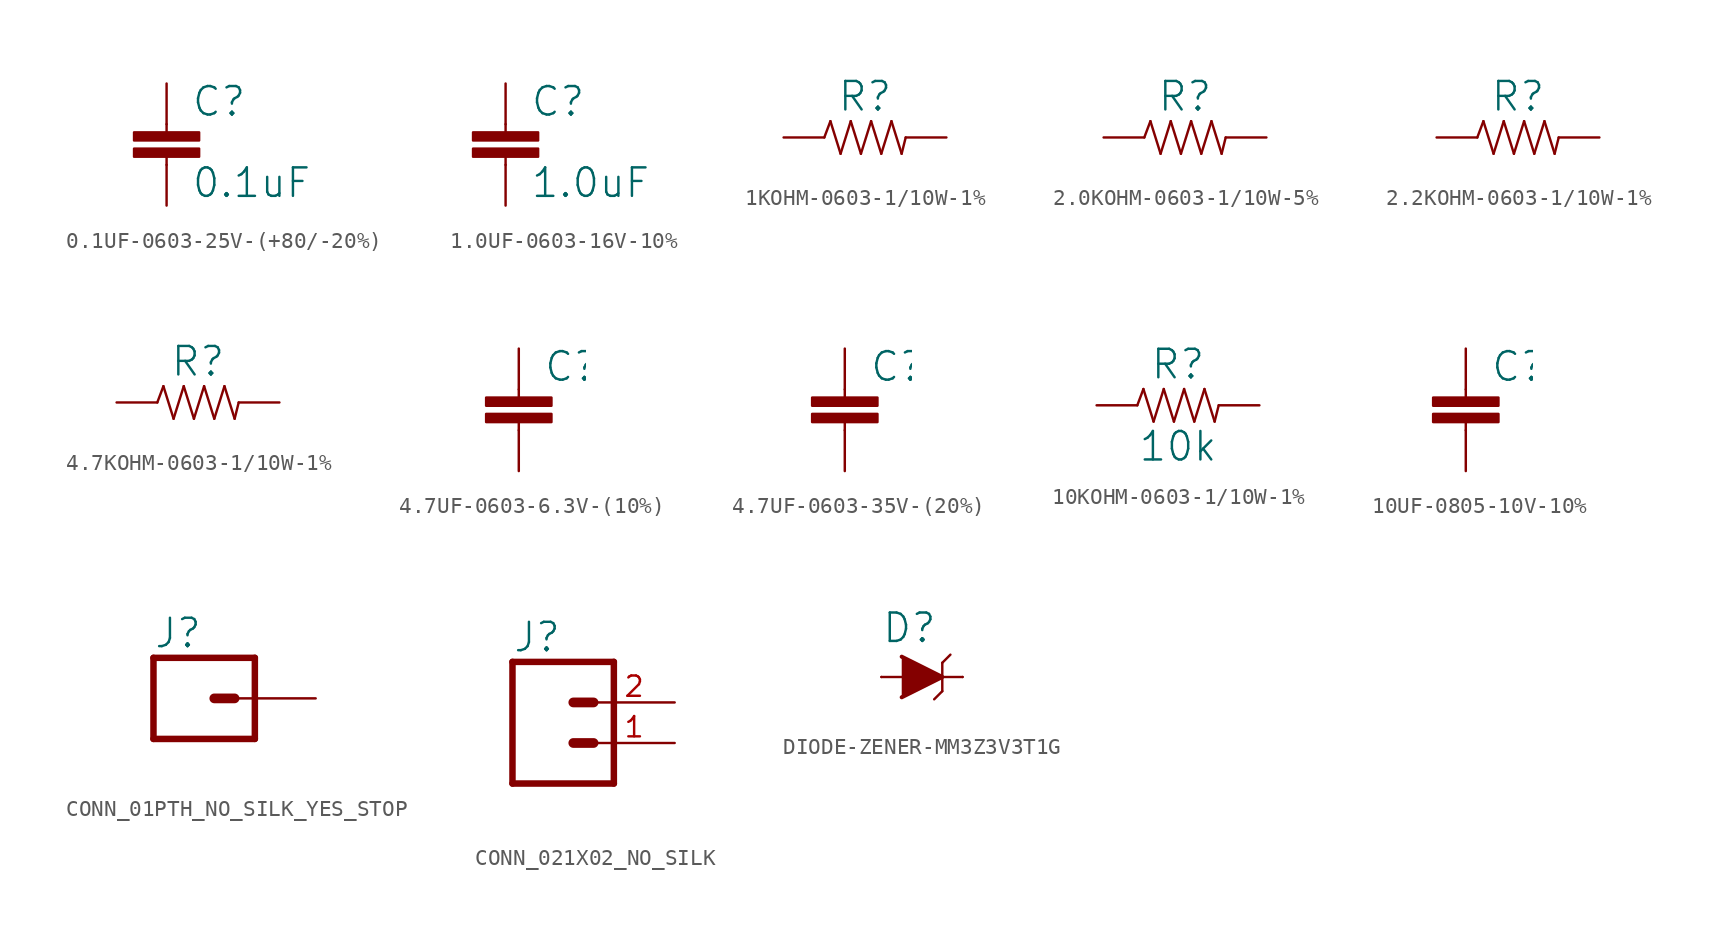
<source format=kicad_sym>
(kicad_symbol_lib
  (version 20241209)
  (generator "kicad_symbol_editor")
  (generator_version "9.0")
  (symbol "0.1UF-0603-25V-(+80/-20%)"
    (property "Reference" "C"
      (at 1.524 2.921 0)
      (effects (font (size 1.778 1.778)) (justify left bottom)))
    (property "Value" "0.1uF"
      (at 1.524 -2.159 0)
      (effects (font (size 1.778 1.778)) (justify left bottom)))
    (symbol "0.1UF-0603-25V-(+80/-20%)_1_0"
      (rectangle (start -2.032 1.524) (end 2.032 2.032) (stroke (width 0) (type default)) (fill (type outline)))
      (rectangle (start -2.032 0.508) (end 2.032 1.016) (stroke (width 0) (type default)) (fill (type outline)))
      (polyline (pts (xy 0 2.54) (xy 0 2.032)) (stroke (width 0.152) (type solid)) (fill (type none)))
      (polyline (pts (xy 0 0) (xy 0 0.508)) (stroke (width 0.152) (type solid)) (fill (type none)))
      (pin passive line (at 0 5.08 270) (length 2.54) (name "1" (effects (font (size 0 0)))) (number "1" (effects (font (size 0 0)))))
      (pin passive line (at 0 -2.54 90) (length 2.54) (name "2" (effects (font (size 0 0)))) (number "2" (effects (font (size 0 0)))))))
  (symbol "1.0UF-0603-16V-10%"
    (property "Reference" "C"
      (at 1.524 2.921 0)
      (effects (font (size 1.778 1.778)) (justify left bottom)))
    (property "Value" "1.0uF"
      (at 1.524 -2.159 0)
      (effects (font (size 1.778 1.778)) (justify left bottom)))
    (symbol "1.0UF-0603-16V-10%_1_0"
      (rectangle (start -2.032 1.524) (end 2.032 2.032) (stroke (width 0) (type default)) (fill (type outline)))
      (rectangle (start -2.032 0.508) (end 2.032 1.016) (stroke (width 0) (type default)) (fill (type outline)))
      (polyline (pts (xy 0 2.54) (xy 0 2.032)) (stroke (width 0.152) (type solid)) (fill (type none)))
      (polyline (pts (xy 0 0) (xy 0 0.508)) (stroke (width 0.152) (type solid)) (fill (type none)))
      (pin passive line (at 0 5.08 270) (length 2.54) (name "1" (effects (font (size 0 0)))) (number "1" (effects (font (size 0 0)))))
      (pin passive line (at 0 -2.54 90) (length 2.54) (name "2" (effects (font (size 0 0)))) (number "2" (effects (font (size 0 0)))))))
  (symbol "1KOHM-0603-1/10W-1%"
    (property "Reference" "R"
      (at 0 1.524 0)
      (effects (font (size 1.778 1.778)) (justify bottom)))
    (property "Value" ""
      (at 0 -1.524 0)
      (effects (font (size 1.778 1.778)) (justify top)))
    (symbol "1KOHM-0603-1/10W-1%_1_0"
      (polyline (pts (xy -2.54 0) (xy -2.159 1.016)) (stroke (width 0.152) (type solid)) (fill (type none)))
      (polyline (pts (xy -2.159 1.016) (xy -1.524 -1.016)) (stroke (width 0.152) (type solid)) (fill (type none)))
      (polyline (pts (xy -1.524 -1.016) (xy -0.889 1.016)) (stroke (width 0.152) (type solid)) (fill (type none)))
      (polyline (pts (xy -0.889 1.016) (xy -0.254 -1.016)) (stroke (width 0.152) (type solid)) (fill (type none)))
      (polyline (pts (xy -0.254 -1.016) (xy 0.381 1.016)) (stroke (width 0.152) (type solid)) (fill (type none)))
      (polyline (pts (xy 0.381 1.016) (xy 1.016 -1.016)) (stroke (width 0.152) (type solid)) (fill (type none)))
      (polyline (pts (xy 1.016 -1.016) (xy 1.651 1.016)) (stroke (width 0.152) (type solid)) (fill (type none)))
      (polyline (pts (xy 1.651 1.016) (xy 2.286 -1.016)) (stroke (width 0.152) (type solid)) (fill (type none)))
      (polyline (pts (xy 2.286 -1.016) (xy 2.54 0)) (stroke (width 0.152) (type solid)) (fill (type none)))
      (pin passive line (at -5.08 0 0) (length 2.54) (name "1" (effects (font (size 0 0)))) (number "1" (effects (font (size 0 0)))))
      (pin passive line (at 5.08 0 180) (length 2.54) (name "2" (effects (font (size 0 0)))) (number "2" (effects (font (size 0 0)))))))
  (symbol "2.0KOHM-0603-1/10W-5%"
    (property "Reference" "R"
      (at 0 1.524 0)
      (effects (font (size 1.778 1.778)) (justify bottom)))
    (property "Value" ""
      (at 0 -1.524 0)
      (effects (font (size 1.778 1.778)) (justify top)))
    (symbol "2.0KOHM-0603-1/10W-5%_1_0"
      (polyline (pts (xy -2.54 0) (xy -2.159 1.016)) (stroke (width 0.152) (type solid)) (fill (type none)))
      (polyline (pts (xy -2.159 1.016) (xy -1.524 -1.016)) (stroke (width 0.152) (type solid)) (fill (type none)))
      (polyline (pts (xy -1.524 -1.016) (xy -0.889 1.016)) (stroke (width 0.152) (type solid)) (fill (type none)))
      (polyline (pts (xy -0.889 1.016) (xy -0.254 -1.016)) (stroke (width 0.152) (type solid)) (fill (type none)))
      (polyline (pts (xy -0.254 -1.016) (xy 0.381 1.016)) (stroke (width 0.152) (type solid)) (fill (type none)))
      (polyline (pts (xy 0.381 1.016) (xy 1.016 -1.016)) (stroke (width 0.152) (type solid)) (fill (type none)))
      (polyline (pts (xy 1.016 -1.016) (xy 1.651 1.016)) (stroke (width 0.152) (type solid)) (fill (type none)))
      (polyline (pts (xy 1.651 1.016) (xy 2.286 -1.016)) (stroke (width 0.152) (type solid)) (fill (type none)))
      (polyline (pts (xy 2.286 -1.016) (xy 2.54 0)) (stroke (width 0.152) (type solid)) (fill (type none)))
      (pin passive line (at -5.08 0 0) (length 2.54) (name "1" (effects (font (size 0 0)))) (number "1" (effects (font (size 0 0)))))
      (pin passive line (at 5.08 0 180) (length 2.54) (name "2" (effects (font (size 0 0)))) (number "2" (effects (font (size 0 0)))))))
  (symbol "2.2KOHM-0603-1/10W-1%"
    (property "Reference" "R"
      (at 0 1.524 0)
      (effects (font (size 1.778 1.778)) (justify bottom)))
    (property "Value" ""
      (at 0 -1.524 0)
      (effects (font (size 1.778 1.778)) (justify top)))
    (symbol "2.2KOHM-0603-1/10W-1%_1_0"
      (polyline (pts (xy -2.54 0) (xy -2.159 1.016)) (stroke (width 0.152) (type solid)) (fill (type none)))
      (polyline (pts (xy -2.159 1.016) (xy -1.524 -1.016)) (stroke (width 0.152) (type solid)) (fill (type none)))
      (polyline (pts (xy -1.524 -1.016) (xy -0.889 1.016)) (stroke (width 0.152) (type solid)) (fill (type none)))
      (polyline (pts (xy -0.889 1.016) (xy -0.254 -1.016)) (stroke (width 0.152) (type solid)) (fill (type none)))
      (polyline (pts (xy -0.254 -1.016) (xy 0.381 1.016)) (stroke (width 0.152) (type solid)) (fill (type none)))
      (polyline (pts (xy 0.381 1.016) (xy 1.016 -1.016)) (stroke (width 0.152) (type solid)) (fill (type none)))
      (polyline (pts (xy 1.016 -1.016) (xy 1.651 1.016)) (stroke (width 0.152) (type solid)) (fill (type none)))
      (polyline (pts (xy 1.651 1.016) (xy 2.286 -1.016)) (stroke (width 0.152) (type solid)) (fill (type none)))
      (polyline (pts (xy 2.286 -1.016) (xy 2.54 0)) (stroke (width 0.152) (type solid)) (fill (type none)))
      (pin passive line (at -5.08 0 0) (length 2.54) (name "1" (effects (font (size 0 0)))) (number "1" (effects (font (size 0 0)))))
      (pin passive line (at 5.08 0 180) (length 2.54) (name "2" (effects (font (size 0 0)))) (number "2" (effects (font (size 0 0)))))))
  (symbol "4.7KOHM-0603-1/10W-1%"
    (property "Reference" "R"
      (at 0 1.524 0)
      (effects (font (size 1.778 1.778)) (justify bottom)))
    (property "Value" ""
      (at 0 -1.524 0)
      (effects (font (size 1.778 1.778)) (justify top)))
    (symbol "4.7KOHM-0603-1/10W-1%_1_0"
      (polyline (pts (xy -2.54 0) (xy -2.159 1.016)) (stroke (width 0.152) (type solid)) (fill (type none)))
      (polyline (pts (xy -2.159 1.016) (xy -1.524 -1.016)) (stroke (width 0.152) (type solid)) (fill (type none)))
      (polyline (pts (xy -1.524 -1.016) (xy -0.889 1.016)) (stroke (width 0.152) (type solid)) (fill (type none)))
      (polyline (pts (xy -0.889 1.016) (xy -0.254 -1.016)) (stroke (width 0.152) (type solid)) (fill (type none)))
      (polyline (pts (xy -0.254 -1.016) (xy 0.381 1.016)) (stroke (width 0.152) (type solid)) (fill (type none)))
      (polyline (pts (xy 0.381 1.016) (xy 1.016 -1.016)) (stroke (width 0.152) (type solid)) (fill (type none)))
      (polyline (pts (xy 1.016 -1.016) (xy 1.651 1.016)) (stroke (width 0.152) (type solid)) (fill (type none)))
      (polyline (pts (xy 1.651 1.016) (xy 2.286 -1.016)) (stroke (width 0.152) (type solid)) (fill (type none)))
      (polyline (pts (xy 2.286 -1.016) (xy 2.54 0)) (stroke (width 0.152) (type solid)) (fill (type none)))
      (pin passive line (at -5.08 0 0) (length 2.54) (name "1" (effects (font (size 0 0)))) (number "1" (effects (font (size 0 0)))))
      (pin passive line (at 5.08 0 180) (length 2.54) (name "2" (effects (font (size 0 0)))) (number "2" (effects (font (size 0 0)))))))
  (symbol "4.7UF-0603-6.3V-(10%)"
    (property "Reference" "C"
      (at 1.524 2.921 0)
      (effects (font (size 1.778 1.778)) (justify left bottom)))
    (property "Value" ""
      (at 1.524 -2.159 0)
      (effects (font (size 1.778 1.778)) (justify left bottom)))
    (symbol "4.7UF-0603-6.3V-(10%)_1_0"
      (rectangle (start -2.032 1.524) (end 2.032 2.032) (stroke (width 0) (type default)) (fill (type outline)))
      (rectangle (start -2.032 0.508) (end 2.032 1.016) (stroke (width 0) (type default)) (fill (type outline)))
      (polyline (pts (xy 0 2.54) (xy 0 2.032)) (stroke (width 0.152) (type solid)) (fill (type none)))
      (polyline (pts (xy 0 0) (xy 0 0.508)) (stroke (width 0.152) (type solid)) (fill (type none)))
      (pin passive line (at 0 5.08 270) (length 2.54) (name "1" (effects (font (size 0 0)))) (number "1" (effects (font (size 0 0)))))
      (pin passive line (at 0 -2.54 90) (length 2.54) (name "2" (effects (font (size 0 0)))) (number "2" (effects (font (size 0 0)))))))
  (symbol "4.7UF-0603-35V-(20%)"
    (property "Reference" "C"
      (at 1.524 2.921 0)
      (effects (font (size 1.778 1.778)) (justify left bottom)))
    (property "Value" ""
      (at 1.524 -2.159 0)
      (effects (font (size 1.778 1.778)) (justify left bottom)))
    (symbol "4.7UF-0603-35V-(20%)_1_0"
      (rectangle (start -2.032 1.524) (end 2.032 2.032) (stroke (width 0) (type default)) (fill (type outline)))
      (rectangle (start -2.032 0.508) (end 2.032 1.016) (stroke (width 0) (type default)) (fill (type outline)))
      (polyline (pts (xy 0 2.54) (xy 0 2.032)) (stroke (width 0.152) (type solid)) (fill (type none)))
      (polyline (pts (xy 0 0) (xy 0 0.508)) (stroke (width 0.152) (type solid)) (fill (type none)))
      (pin passive line (at 0 5.08 270) (length 2.54) (name "1" (effects (font (size 0 0)))) (number "1" (effects (font (size 0 0)))))
      (pin passive line (at 0 -2.54 90) (length 2.54) (name "2" (effects (font (size 0 0)))) (number "2" (effects (font (size 0 0)))))))
  (symbol "10KOHM-0603-1/10W-1%"
    (property "Reference" "R"
      (at 0 1.524 0)
      (effects (font (size 1.778 1.778)) (justify bottom)))
    (property "Value" "10k"
      (at 0 -1.524 0)
      (effects (font (size 1.778 1.778)) (justify top)))
    (symbol "10KOHM-0603-1/10W-1%_1_0"
      (polyline (pts (xy -2.54 0) (xy -2.159 1.016)) (stroke (width 0.152) (type solid)) (fill (type none)))
      (polyline (pts (xy -2.159 1.016) (xy -1.524 -1.016)) (stroke (width 0.152) (type solid)) (fill (type none)))
      (polyline (pts (xy -1.524 -1.016) (xy -0.889 1.016)) (stroke (width 0.152) (type solid)) (fill (type none)))
      (polyline (pts (xy -0.889 1.016) (xy -0.254 -1.016)) (stroke (width 0.152) (type solid)) (fill (type none)))
      (polyline (pts (xy -0.254 -1.016) (xy 0.381 1.016)) (stroke (width 0.152) (type solid)) (fill (type none)))
      (polyline (pts (xy 0.381 1.016) (xy 1.016 -1.016)) (stroke (width 0.152) (type solid)) (fill (type none)))
      (polyline (pts (xy 1.016 -1.016) (xy 1.651 1.016)) (stroke (width 0.152) (type solid)) (fill (type none)))
      (polyline (pts (xy 1.651 1.016) (xy 2.286 -1.016)) (stroke (width 0.152) (type solid)) (fill (type none)))
      (polyline (pts (xy 2.286 -1.016) (xy 2.54 0)) (stroke (width 0.152) (type solid)) (fill (type none)))
      (pin passive line (at -5.08 0 0) (length 2.54) (name "1" (effects (font (size 0 0)))) (number "1" (effects (font (size 0 0)))))
      (pin passive line (at 5.08 0 180) (length 2.54) (name "2" (effects (font (size 0 0)))) (number "2" (effects (font (size 0 0)))))))
  (symbol "10UF-0805-10V-10%"
    (property "Reference" "C"
      (at 1.524 2.921 0)
      (effects (font (size 1.778 1.778)) (justify left bottom)))
    (property "Value" ""
      (at 1.524 -2.159 0)
      (effects (font (size 1.778 1.778)) (justify left bottom)))
    (symbol "10UF-0805-10V-10%_1_0"
      (rectangle (start -2.032 1.524) (end 2.032 2.032) (stroke (width 0) (type default)) (fill (type outline)))
      (rectangle (start -2.032 0.508) (end 2.032 1.016) (stroke (width 0) (type default)) (fill (type outline)))
      (polyline (pts (xy 0 2.54) (xy 0 2.032)) (stroke (width 0.152) (type solid)) (fill (type none)))
      (polyline (pts (xy 0 0) (xy 0 0.508)) (stroke (width 0.152) (type solid)) (fill (type none)))
      (pin passive line (at 0 5.08 270) (length 2.54) (name "1" (effects (font (size 0 0)))) (number "1" (effects (font (size 0 0)))))
      (pin passive line (at 0 -2.54 90) (length 2.54) (name "2" (effects (font (size 0 0)))) (number "2" (effects (font (size 0 0)))))))
  (symbol "CONN_01PTH_NO_SILK_YES_STOP"
    (property "Reference" "J"
      (at -2.54 3.048 0)
      (effects (font (size 1.778 1.778)) (justify left bottom)))
    (property "Value" ""
      (at -2.54 -4.826 0)
      (effects (font (size 1.778 1.778)) (justify left bottom)))
    (symbol "CONN_01PTH_NO_SILK_YES_STOP_1_0"
      (polyline (pts (xy -2.54 2.54) (xy -2.54 -2.54)) (stroke (width 0.406) (type solid)) (fill (type none)))
      (polyline (pts (xy -2.54 2.54) (xy 3.81 2.54)) (stroke (width 0.406) (type solid)) (fill (type none)))
      (polyline (pts (xy 1.27 0) (xy 2.54 0)) (stroke (width 0.61) (type solid)) (fill (type none)))
      (polyline (pts (xy 3.81 -2.54) (xy -2.54 -2.54)) (stroke (width 0.406) (type solid)) (fill (type none)))
      (polyline (pts (xy 3.81 -2.54) (xy 3.81 2.54)) (stroke (width 0.406) (type solid)) (fill (type none)))
      (pin passive line (at 7.62 0 180) (length 5.08) (name "1" (effects (font (size 0 0)))) (number "1" (effects (font (size 0 0)))))))
  (symbol "CONN_021X02_NO_SILK"
    (property "Reference" "J"
      (at -2.54 5.588 0)
      (effects (font (size 1.778 1.778)) (justify left bottom)))
    (property "Value" ""
      (at -2.54 -4.826 0)
      (effects (font (size 1.778 1.778)) (justify left bottom)))
    (symbol "CONN_021X02_NO_SILK_1_0"
      (polyline (pts (xy -2.54 5.08) (xy -2.54 -2.54)) (stroke (width 0.406) (type solid)) (fill (type none)))
      (polyline (pts (xy -2.54 5.08) (xy 3.81 5.08)) (stroke (width 0.406) (type solid)) (fill (type none)))
      (polyline (pts (xy 1.27 2.54) (xy 2.54 2.54)) (stroke (width 0.61) (type solid)) (fill (type none)))
      (polyline (pts (xy 1.27 0) (xy 2.54 0)) (stroke (width 0.61) (type solid)) (fill (type none)))
      (polyline (pts (xy 3.81 -2.54) (xy -2.54 -2.54)) (stroke (width 0.406) (type solid)) (fill (type none)))
      (polyline (pts (xy 3.81 -2.54) (xy 3.81 5.08)) (stroke (width 0.406) (type solid)) (fill (type none)))
      (pin passive line (at 7.62 2.54 180) (length 5.08) (name "2" (effects (font (size 0 0)))) (number "2" (effects (font (size 1.27 1.27)))))
      (pin passive line (at 7.62 0 180) (length 5.08) (name "1" (effects (font (size 0 0)))) (number "1" (effects (font (size 1.27 1.27)))))))
  (symbol "DIODE-ZENER-MM3Z3V3T1G"
    (property "Reference" "D"
      (at -2.54 2.032 0)
      (effects (font (size 1.778 1.778)) (justify left bottom)))
    (property "Value" ""
      (at -2.54 -2.032 0)
      (effects (font (size 1.778 1.778)) (justify left top)))
    (symbol "DIODE-ZENER-MM3Z3V3T1G_1_0"
      (polyline (pts (xy -2.54 0) (xy -1.27 0)) (stroke (width 0.152) (type solid)) (fill (type none)))
      (polyline (pts (xy -1.27 1.27) (xy 1.27 0) (xy -1.27 -1.27)) (stroke (width 0.254) (type solid)) (fill (type outline)))
      (polyline (pts (xy 1.27 0.889) (xy 1.27 0)) (stroke (width 0.152) (type solid)) (fill (type none)))
      (polyline (pts (xy 1.27 0.889) (xy 1.778 1.397)) (stroke (width 0.152) (type solid)) (fill (type none)))
      (polyline (pts (xy 1.27 0) (xy 1.27 -0.889)) (stroke (width 0.152) (type solid)) (fill (type none)))
      (polyline (pts (xy 1.27 -0.889) (xy 0.762 -1.397)) (stroke (width 0.152) (type solid)) (fill (type none)))
      (polyline (pts (xy 2.54 0) (xy 1.27 0)) (stroke (width 0.152) (type solid)) (fill (type none)))
      (pin passive line (at -2.54 0 0) (length 0) (name "A" (effects (font (size 0 0)))) (number "A" (effects (font (size 0 0)))))
      (pin passive line (at 2.54 0 180) (length 0) (name "C" (effects (font (size 0 0)))) (number "C" (effects (font (size 0 0))))))))
</source>
